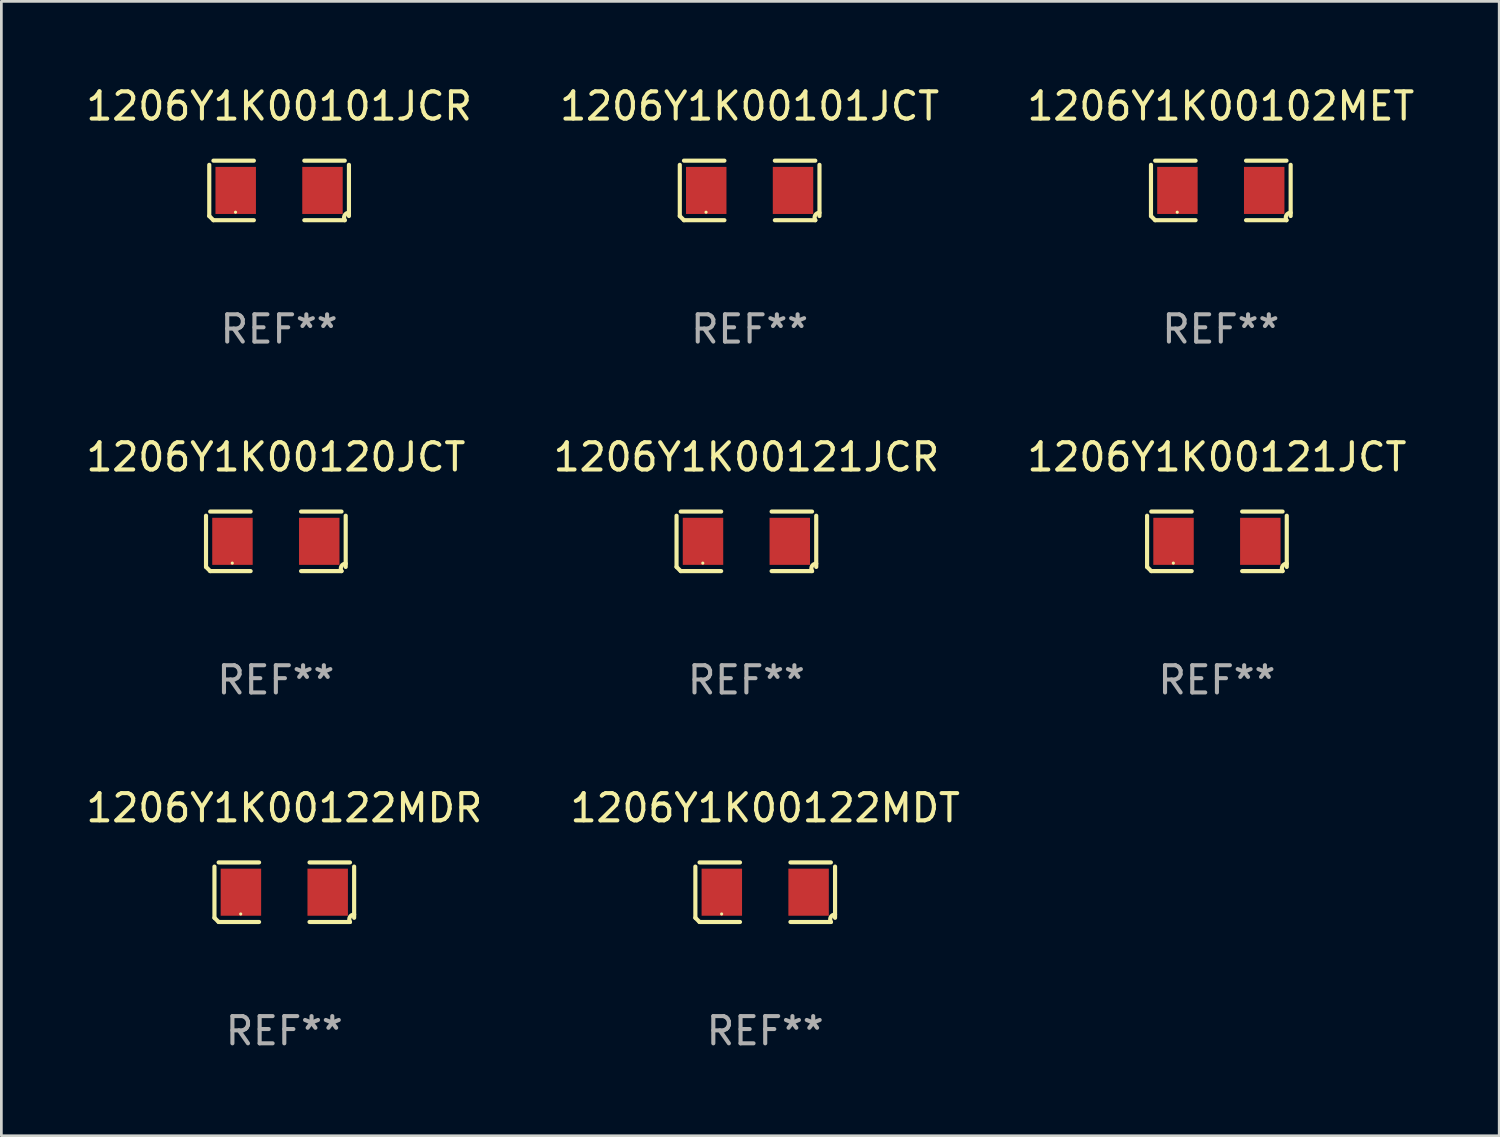
<source format=kicad_pcb>
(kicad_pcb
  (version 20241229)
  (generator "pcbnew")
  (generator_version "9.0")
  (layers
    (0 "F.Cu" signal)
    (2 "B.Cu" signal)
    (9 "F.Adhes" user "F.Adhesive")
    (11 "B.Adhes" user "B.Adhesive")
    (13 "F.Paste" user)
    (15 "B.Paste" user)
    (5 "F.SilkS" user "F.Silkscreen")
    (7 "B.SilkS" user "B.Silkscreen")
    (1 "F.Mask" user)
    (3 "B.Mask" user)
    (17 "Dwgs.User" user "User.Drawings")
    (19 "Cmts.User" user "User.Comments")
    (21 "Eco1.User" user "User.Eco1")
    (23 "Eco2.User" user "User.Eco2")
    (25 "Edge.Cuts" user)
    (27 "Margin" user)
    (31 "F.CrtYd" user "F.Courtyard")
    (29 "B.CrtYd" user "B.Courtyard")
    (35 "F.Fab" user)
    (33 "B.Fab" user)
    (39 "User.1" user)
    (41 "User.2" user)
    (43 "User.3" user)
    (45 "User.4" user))
  (footprint "1206Y1K00121JCR"
    (layer "F.Cu")
    (at 24.351 16.823)
    (property "Reference" "1206Y1K00121JCR" (at 0 -3.093 0) (layer "F.SilkS") (effects (font (size 1 1) (thickness 0.15))))
    (attr through_hole)
    (fp_line (start -2.564 0.94) (end -2.564 -0.94) (stroke (width 0.152) (type solid)) (layer "F.SilkS"))
    (fp_line (start -2.411 -1.093) (end -0.926 -1.093) (stroke (width 0.152) (type solid)) (layer "F.SilkS"))
    (fp_line (start -0.926 1.093) (end -2.411 1.093) (stroke (width 0.152) (type solid)) (layer "F.SilkS"))
    (fp_line (start 0.926 1.093) (end 2.411 1.093) (stroke (width 0.152) (type solid)) (layer "F.SilkS"))
    (fp_line (start 2.411 -1.093) (end 0.926 -1.093) (stroke (width 0.152) (type solid)) (layer "F.SilkS"))
    (fp_line (start 2.564 0.94) (end 2.564 -0.94) (stroke (width 0.152) (type solid)) (layer "F.SilkS"))
    (fp_arc (start -2.411201 1.092609) (mid -2.487413 1.01642) (end -2.563602 0.940208) (stroke (width 0.1524) (type solid)) (layer "F.SilkS"))
    (fp_arc (start 2.411201 1.092609) (mid 2.407159 0.911226) (end 2.563602 0.819347) (stroke (width 0.1524) (type solid)) (layer "F.SilkS"))
    (fp_circle (center -1.6 0.8) (end -1.57 0.8) (stroke (width 0.06) (type solid)) (fill no) (layer "F.SilkS"))
    (fp_text user "REF**" (at 0 5.093 0) (layer "F.Fab") (effects (font (size 1 1) (thickness 0.15))))
    (pad "1" smd rect (at -1.593 0) (size 1.485 1.728) (layers "F.Cu" "F.Mask" "F.Paste"))
    (pad "2" smd rect (at 1.593 0) (size 1.485 1.728) (layers "F.Cu" "F.Mask" "F.Paste")))
  (footprint "1206Y1K00102MET"
    (layer "F.Cu")
    (at 41.768 3.941)
    (property "Reference" "1206Y1K00102MET" (at 0 -3.093 0) (layer "F.SilkS") (effects (font (size 1 1) (thickness 0.15))))
    (attr through_hole)
    (fp_line (start -2.564 0.94) (end -2.564 -0.94) (stroke (width 0.152) (type solid)) (layer "F.SilkS"))
    (fp_line (start -2.411 -1.093) (end -0.926 -1.093) (stroke (width 0.152) (type solid)) (layer "F.SilkS"))
    (fp_line (start -0.926 1.093) (end -2.411 1.093) (stroke (width 0.152) (type solid)) (layer "F.SilkS"))
    (fp_line (start 0.926 1.093) (end 2.411 1.093) (stroke (width 0.152) (type solid)) (layer "F.SilkS"))
    (fp_line (start 2.411 -1.093) (end 0.926 -1.093) (stroke (width 0.152) (type solid)) (layer "F.SilkS"))
    (fp_line (start 2.564 0.94) (end 2.564 -0.94) (stroke (width 0.152) (type solid)) (layer "F.SilkS"))
    (fp_arc (start -2.411201 1.092609) (mid -2.487413 1.01642) (end -2.563602 0.940208) (stroke (width 0.1524) (type solid)) (layer "F.SilkS"))
    (fp_arc (start 2.411201 1.092609) (mid 2.407159 0.911226) (end 2.563602 0.819347) (stroke (width 0.1524) (type solid)) (layer "F.SilkS"))
    (fp_circle (center -1.6 0.8) (end -1.57 0.8) (stroke (width 0.06) (type solid)) (fill no) (layer "F.SilkS"))
    (fp_text user "REF**" (at 0 5.093 0) (layer "F.Fab") (effects (font (size 1 1) (thickness 0.15))))
    (pad "1" smd rect (at -1.593 0) (size 1.485 1.728) (layers "F.Cu" "F.Mask" "F.Paste"))
    (pad "2" smd rect (at 1.593 0) (size 1.485 1.728) (layers "F.Cu" "F.Mask" "F.Paste")))
  (footprint "1206Y1K00122MDT"
    (layer "F.Cu")
    (at 25.042 29.704)
    (property "Reference" "1206Y1K00122MDT" (at 0 -3.093 0) (layer "F.SilkS") (effects (font (size 1 1) (thickness 0.15))))
    (attr through_hole)
    (fp_line (start -2.564 0.94) (end -2.564 -0.94) (stroke (width 0.152) (type solid)) (layer "F.SilkS"))
    (fp_line (start -2.411 -1.093) (end -0.926 -1.093) (stroke (width 0.152) (type solid)) (layer "F.SilkS"))
    (fp_line (start -0.926 1.093) (end -2.411 1.093) (stroke (width 0.152) (type solid)) (layer "F.SilkS"))
    (fp_line (start 0.926 1.093) (end 2.411 1.093) (stroke (width 0.152) (type solid)) (layer "F.SilkS"))
    (fp_line (start 2.411 -1.093) (end 0.926 -1.093) (stroke (width 0.152) (type solid)) (layer "F.SilkS"))
    (fp_line (start 2.564 0.94) (end 2.564 -0.94) (stroke (width 0.152) (type solid)) (layer "F.SilkS"))
    (fp_arc (start -2.411201 1.092609) (mid -2.487413 1.01642) (end -2.563602 0.940208) (stroke (width 0.1524) (type solid)) (layer "F.SilkS"))
    (fp_arc (start 2.411201 1.092609) (mid 2.407159 0.911226) (end 2.563602 0.819347) (stroke (width 0.1524) (type solid)) (layer "F.SilkS"))
    (fp_circle (center -1.6 0.8) (end -1.57 0.8) (stroke (width 0.06) (type solid)) (fill no) (layer "F.SilkS"))
    (fp_text user "REF**" (at 0 5.093 0) (layer "F.Fab") (effects (font (size 1 1) (thickness 0.15))))
    (pad "1" smd rect (at -1.593 0) (size 1.485 1.728) (layers "F.Cu" "F.Mask" "F.Paste"))
    (pad "2" smd rect (at 1.593 0) (size 1.485 1.728) (layers "F.Cu" "F.Mask" "F.Paste")))
  (footprint "1206Y1K00120JCT"
    (layer "F.Cu")
    (at 7.077 16.823)
    (property "Reference" "1206Y1K00120JCT" (at 0 -3.093 0) (layer "F.SilkS") (effects (font (size 1 1) (thickness 0.15))))
    (attr through_hole)
    (fp_line (start -2.564 0.94) (end -2.564 -0.94) (stroke (width 0.152) (type solid)) (layer "F.SilkS"))
    (fp_line (start -2.411 -1.093) (end -0.926 -1.093) (stroke (width 0.152) (type solid)) (layer "F.SilkS"))
    (fp_line (start -0.926 1.093) (end -2.411 1.093) (stroke (width 0.152) (type solid)) (layer "F.SilkS"))
    (fp_line (start 0.926 1.093) (end 2.411 1.093) (stroke (width 0.152) (type solid)) (layer "F.SilkS"))
    (fp_line (start 2.411 -1.093) (end 0.926 -1.093) (stroke (width 0.152) (type solid)) (layer "F.SilkS"))
    (fp_line (start 2.564 0.94) (end 2.564 -0.94) (stroke (width 0.152) (type solid)) (layer "F.SilkS"))
    (fp_arc (start -2.411201 1.092609) (mid -2.487413 1.01642) (end -2.563602 0.940208) (stroke (width 0.1524) (type solid)) (layer "F.SilkS"))
    (fp_arc (start 2.411201 1.092609) (mid 2.407159 0.911226) (end 2.563602 0.819347) (stroke (width 0.1524) (type solid)) (layer "F.SilkS"))
    (fp_circle (center -1.6 0.8) (end -1.57 0.8) (stroke (width 0.06) (type solid)) (fill no) (layer "F.SilkS"))
    (fp_text user "REF**" (at 0 5.093 0) (layer "F.Fab") (effects (font (size 1 1) (thickness 0.15))))
    (pad "1" smd rect (at -1.593 0) (size 1.485 1.728) (layers "F.Cu" "F.Mask" "F.Paste"))
    (pad "2" smd rect (at 1.593 0) (size 1.485 1.728) (layers "F.Cu" "F.Mask" "F.Paste")))
  (footprint "1206Y1K00122MDR"
    (layer "F.Cu")
    (at 7.387 29.704)
    (property "Reference" "1206Y1K00122MDR" (at 0 -3.093 0) (layer "F.SilkS") (effects (font (size 1 1) (thickness 0.15))))
    (attr through_hole)
    (fp_line (start -2.564 0.94) (end -2.564 -0.94) (stroke (width 0.152) (type solid)) (layer "F.SilkS"))
    (fp_line (start -2.411 -1.093) (end -0.926 -1.093) (stroke (width 0.152) (type solid)) (layer "F.SilkS"))
    (fp_line (start -0.926 1.093) (end -2.411 1.093) (stroke (width 0.152) (type solid)) (layer "F.SilkS"))
    (fp_line (start 0.926 1.093) (end 2.411 1.093) (stroke (width 0.152) (type solid)) (layer "F.SilkS"))
    (fp_line (start 2.411 -1.093) (end 0.926 -1.093) (stroke (width 0.152) (type solid)) (layer "F.SilkS"))
    (fp_line (start 2.564 0.94) (end 2.564 -0.94) (stroke (width 0.152) (type solid)) (layer "F.SilkS"))
    (fp_arc (start -2.411201 1.092609) (mid -2.487413 1.01642) (end -2.563602 0.940208) (stroke (width 0.1524) (type solid)) (layer "F.SilkS"))
    (fp_arc (start 2.411201 1.092609) (mid 2.407159 0.911226) (end 2.563602 0.819347) (stroke (width 0.1524) (type solid)) (layer "F.SilkS"))
    (fp_circle (center -1.6 0.8) (end -1.57 0.8) (stroke (width 0.06) (type solid)) (fill no) (layer "F.SilkS"))
    (fp_text user "REF**" (at 0 5.093 0) (layer "F.Fab") (effects (font (size 1 1) (thickness 0.15))))
    (pad "1" smd rect (at -1.593 0) (size 1.485 1.728) (layers "F.Cu" "F.Mask" "F.Paste"))
    (pad "2" smd rect (at 1.593 0) (size 1.485 1.728) (layers "F.Cu" "F.Mask" "F.Paste")))
  (footprint "1206Y1K00121JCT"
    (layer "F.Cu")
    (at 41.625 16.823)
    (property "Reference" "1206Y1K00121JCT" (at 0 -3.093 0) (layer "F.SilkS") (effects (font (size 1 1) (thickness 0.15))))
    (attr through_hole)
    (fp_line (start -2.564 0.94) (end -2.564 -0.94) (stroke (width 0.152) (type solid)) (layer "F.SilkS"))
    (fp_line (start -2.411 -1.093) (end -0.926 -1.093) (stroke (width 0.152) (type solid)) (layer "F.SilkS"))
    (fp_line (start -0.926 1.093) (end -2.411 1.093) (stroke (width 0.152) (type solid)) (layer "F.SilkS"))
    (fp_line (start 0.926 1.093) (end 2.411 1.093) (stroke (width 0.152) (type solid)) (layer "F.SilkS"))
    (fp_line (start 2.411 -1.093) (end 0.926 -1.093) (stroke (width 0.152) (type solid)) (layer "F.SilkS"))
    (fp_line (start 2.564 0.94) (end 2.564 -0.94) (stroke (width 0.152) (type solid)) (layer "F.SilkS"))
    (fp_arc (start -2.411201 1.092609) (mid -2.487413 1.01642) (end -2.563602 0.940208) (stroke (width 0.1524) (type solid)) (layer "F.SilkS"))
    (fp_arc (start 2.411201 1.092609) (mid 2.407159 0.911226) (end 2.563602 0.819347) (stroke (width 0.1524) (type solid)) (layer "F.SilkS"))
    (fp_circle (center -1.6 0.8) (end -1.57 0.8) (stroke (width 0.06) (type solid)) (fill no) (layer "F.SilkS"))
    (fp_text user "REF**" (at 0 5.093 0) (layer "F.Fab") (effects (font (size 1 1) (thickness 0.15))))
    (pad "1" smd rect (at -1.593 0) (size 1.485 1.728) (layers "F.Cu" "F.Mask" "F.Paste"))
    (pad "2" smd rect (at 1.593 0) (size 1.485 1.728) (layers "F.Cu" "F.Mask" "F.Paste")))
  (footprint "1206Y1K00101JCR"
    (layer "F.Cu")
    (at 7.196 3.941)
    (property "Reference" "1206Y1K00101JCR" (at 0 -3.093 0) (layer "F.SilkS") (effects (font (size 1 1) (thickness 0.15))))
    (attr through_hole)
    (fp_line (start -2.564 0.94) (end -2.564 -0.94) (stroke (width 0.152) (type solid)) (layer "F.SilkS"))
    (fp_line (start -2.411 -1.093) (end -0.926 -1.093) (stroke (width 0.152) (type solid)) (layer "F.SilkS"))
    (fp_line (start -0.926 1.093) (end -2.411 1.093) (stroke (width 0.152) (type solid)) (layer "F.SilkS"))
    (fp_line (start 0.926 1.093) (end 2.411 1.093) (stroke (width 0.152) (type solid)) (layer "F.SilkS"))
    (fp_line (start 2.411 -1.093) (end 0.926 -1.093) (stroke (width 0.152) (type solid)) (layer "F.SilkS"))
    (fp_line (start 2.564 0.94) (end 2.564 -0.94) (stroke (width 0.152) (type solid)) (layer "F.SilkS"))
    (fp_arc (start -2.411201 1.092609) (mid -2.487413 1.01642) (end -2.563602 0.940208) (stroke (width 0.1524) (type solid)) (layer "F.SilkS"))
    (fp_arc (start 2.411201 1.092609) (mid 2.407159 0.911226) (end 2.563602 0.819347) (stroke (width 0.1524) (type solid)) (layer "F.SilkS"))
    (fp_circle (center -1.6 0.8) (end -1.57 0.8) (stroke (width 0.06) (type solid)) (fill no) (layer "F.SilkS"))
    (fp_text user "REF**" (at 0 5.093 0) (layer "F.Fab") (effects (font (size 1 1) (thickness 0.15))))
    (pad "1" smd rect (at -1.593 0) (size 1.485 1.728) (layers "F.Cu" "F.Mask" "F.Paste"))
    (pad "2" smd rect (at 1.593 0) (size 1.485 1.728) (layers "F.Cu" "F.Mask" "F.Paste")))
  (footprint "1206Y1K00101JCT"
    (layer "F.Cu")
    (at 24.47 3.941)
    (property "Reference" "1206Y1K00101JCT" (at 0 -3.093 0) (layer "F.SilkS") (effects (font (size 1 1) (thickness 0.15))))
    (attr through_hole)
    (fp_line (start -2.564 0.94) (end -2.564 -0.94) (stroke (width 0.152) (type solid)) (layer "F.SilkS"))
    (fp_line (start -2.411 -1.093) (end -0.926 -1.093) (stroke (width 0.152) (type solid)) (layer "F.SilkS"))
    (fp_line (start -0.926 1.093) (end -2.411 1.093) (stroke (width 0.152) (type solid)) (layer "F.SilkS"))
    (fp_line (start 0.926 1.093) (end 2.411 1.093) (stroke (width 0.152) (type solid)) (layer "F.SilkS"))
    (fp_line (start 2.411 -1.093) (end 0.926 -1.093) (stroke (width 0.152) (type solid)) (layer "F.SilkS"))
    (fp_line (start 2.564 0.94) (end 2.564 -0.94) (stroke (width 0.152) (type solid)) (layer "F.SilkS"))
    (fp_arc (start -2.411201 1.092609) (mid -2.487413 1.01642) (end -2.563602 0.940208) (stroke (width 0.1524) (type solid)) (layer "F.SilkS"))
    (fp_arc (start 2.411201 1.092609) (mid 2.407159 0.911226) (end 2.563602 0.819347) (stroke (width 0.1524) (type solid)) (layer "F.SilkS"))
    (fp_circle (center -1.6 0.8) (end -1.57 0.8) (stroke (width 0.06) (type solid)) (fill no) (layer "F.SilkS"))
    (fp_text user "REF**" (at 0 5.093 0) (layer "F.Fab") (effects (font (size 1 1) (thickness 0.15))))
    (pad "1" smd rect (at -1.593 0) (size 1.485 1.728) (layers "F.Cu" "F.Mask" "F.Paste"))
    (pad "2" smd rect (at 1.593 0) (size 1.485 1.728) (layers "F.Cu" "F.Mask" "F.Paste")))
  (gr_rect
    (start -3 -3)
    (end 51.988 38.645)
    (stroke (width 0.1) (type default))
    (fill no)
    (layer "Edge.Cuts")))
</source>
